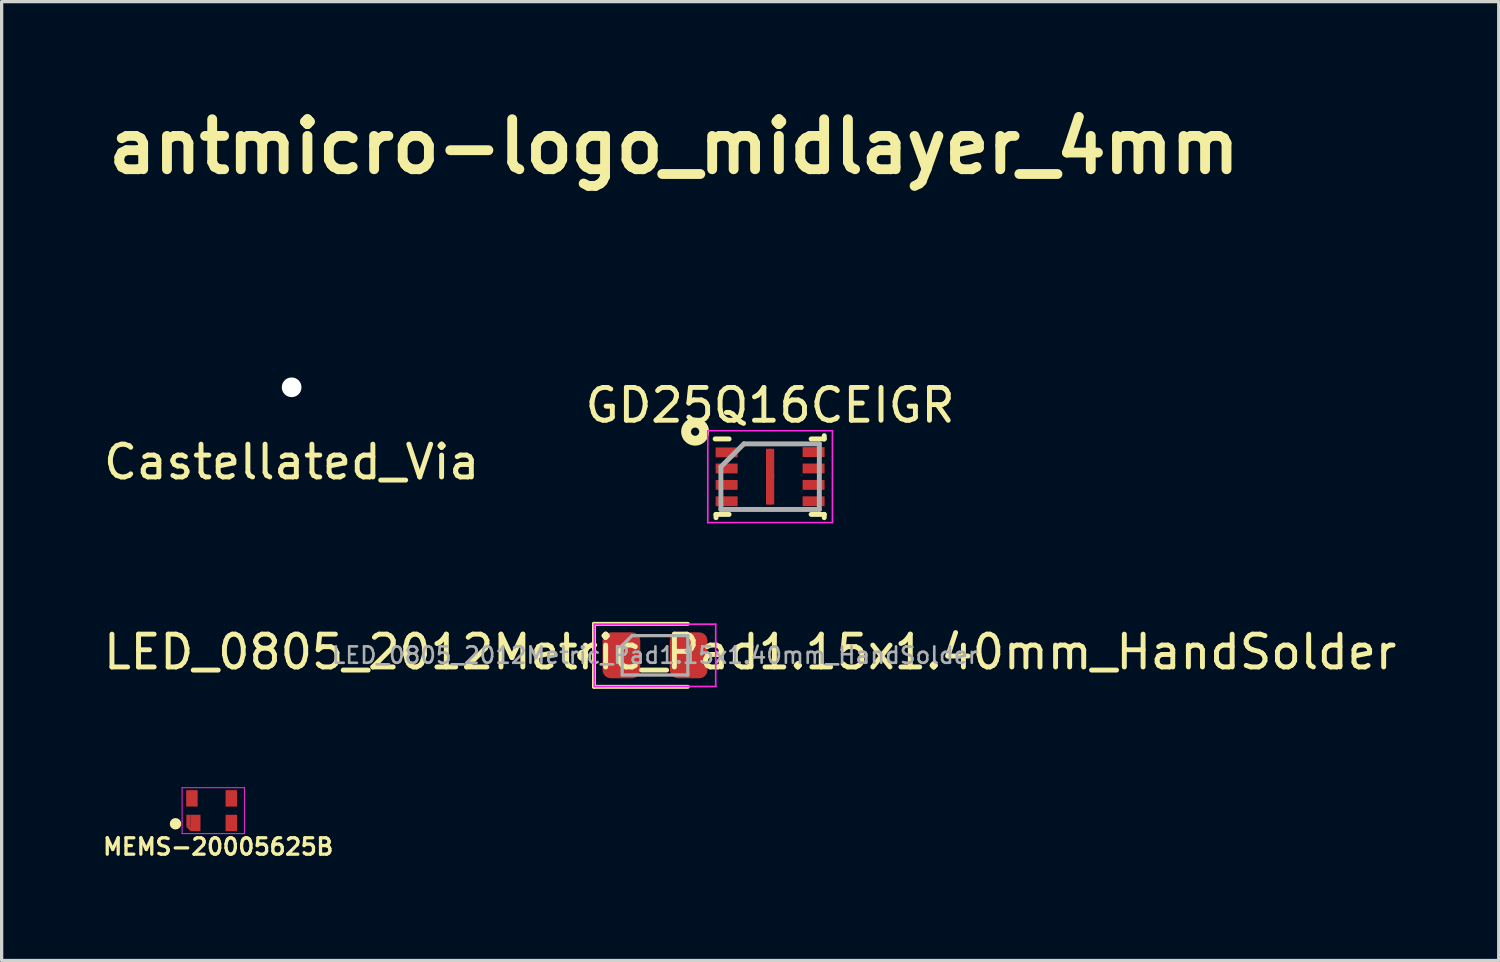
<source format=kicad_pcb>
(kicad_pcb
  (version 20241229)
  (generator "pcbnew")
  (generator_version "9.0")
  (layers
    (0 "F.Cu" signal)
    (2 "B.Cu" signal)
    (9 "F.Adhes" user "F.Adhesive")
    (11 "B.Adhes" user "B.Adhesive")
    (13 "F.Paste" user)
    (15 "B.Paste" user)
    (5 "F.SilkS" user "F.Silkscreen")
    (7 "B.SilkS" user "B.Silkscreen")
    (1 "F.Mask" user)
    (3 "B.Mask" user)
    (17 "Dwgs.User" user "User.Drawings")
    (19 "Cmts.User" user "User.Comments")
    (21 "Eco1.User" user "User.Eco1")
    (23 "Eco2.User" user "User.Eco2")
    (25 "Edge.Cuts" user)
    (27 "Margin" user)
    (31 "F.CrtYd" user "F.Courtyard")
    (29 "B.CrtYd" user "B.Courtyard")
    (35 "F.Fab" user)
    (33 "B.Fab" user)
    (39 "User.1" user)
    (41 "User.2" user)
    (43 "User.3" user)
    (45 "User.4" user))
  (footprint "Castellated_Via"
    (layer "F.Cu")
    (at 5.839 10.533)
    (property "Reference" "Castellated_Via" (at 0 0.5 0) (layer "F.SilkS") (effects (font (size 1 1) (thickness 0.15))))
    (attr through_hole)
    (pad "" np_thru_hole circle (at 0 -1.778) (size 0.6 0.6) (drill 0.6) (layers "*.Cu" "*.Mask")))
  (footprint "MEMS-20005625B"
    (layer "F.Cu")
    (at 3.4 21.659)
    (property "Reference" "MEMS-20005625B" (at 0.2 1.1 0) (layer "F.SilkS") (effects (font (size 0.5 0.5) (thickness 0.1))))
    (attr through_hole)
    (fp_circle (center -1.1 0.4) (end -1.1 0.3) (stroke (width 0.15) (type solid)) (fill no) (layer "F.SilkS"))
    (fp_line (start -0.9 -0.7) (end 1 -0.7) (stroke (width 0.03) (type solid)) (layer "F.CrtYd"))
    (fp_line (start -0.9 0.7) (end -0.9 -0.7) (stroke (width 0.03) (type solid)) (layer "F.CrtYd"))
    (fp_line (start 1 -0.7) (end 1 0.7) (stroke (width 0.03) (type solid)) (layer "F.CrtYd"))
    (fp_line (start 1 0.7) (end -0.9 0.7) (stroke (width 0.03) (type solid)) (layer "F.CrtYd"))
    (pad "" smd circle (at -1.1 0.4 180) (size 0.3 0.3) (layers "F.SilkS"))
    (pad "1" smd rect (at -0.705 0.31) (size 0.13 0.37) (layers "F.Cu" "F.Mask" "F.Paste"))
    (pad "1" smd trapezoid (at -0.641 0.56 180) (size 0.13 0.13) (rect_delta 0 0.129) (layers "F.Cu" "F.Mask" "F.Paste"))
    (pad "1" smd rect (at -0.49 0.375) (size 0.3 0.5) (layers "F.Cu" "F.Mask" "F.Paste"))
    (pad "2" smd rect (at 0.6 0.375) (size 0.35 0.5) (layers "F.Cu" "F.Mask" "F.Paste"))
    (pad "3" smd rect (at 0.6 -0.375) (size 0.35 0.5) (layers "F.Cu" "F.Mask" "F.Paste"))
    (pad "4" smd rect (at -0.6 -0.375) (size 0.35 0.5) (layers "F.Cu" "F.Mask" "F.Paste")))
  (footprint "LED_0805_2012Metric_Pad1.15x1.40mm_HandSolder"
    (layer "F.Cu")
    (at 16.915 16.924)
    (property "Reference" "LED_0805_2012Metric_Pad1.15x1.40mm_HandSolder" (at 2.9 -0.1 0) (layer "F.SilkS") (effects (font (size 1 1) (thickness 0.15))))
    (attr smd)
    (fp_line (start -1.86 -0.96) (end -1.86 0.96) (stroke (width 0.12) (type solid)) (layer "F.SilkS"))
    (fp_line (start -1.86 0.96) (end 1 0.96) (stroke (width 0.12) (type solid)) (layer "F.SilkS"))
    (fp_line (start 1 -0.96) (end -1.86 -0.96) (stroke (width 0.12) (type solid)) (layer "F.SilkS"))
    (fp_circle (center -2.2 0) (end -2.2 -0.1) (stroke (width 0.15) (type solid)) (fill no) (layer "F.SilkS"))
    (fp_line (start -1.85 -0.95) (end 1.85 -0.95) (stroke (width 0.05) (type solid)) (layer "F.CrtYd"))
    (fp_line (start -1.85 0.95) (end -1.85 -0.95) (stroke (width 0.05) (type solid)) (layer "F.CrtYd"))
    (fp_line (start 1.85 -0.95) (end 1.85 0.95) (stroke (width 0.05) (type solid)) (layer "F.CrtYd"))
    (fp_line (start 1.85 0.95) (end -1.85 0.95) (stroke (width 0.05) (type solid)) (layer "F.CrtYd"))
    (fp_line (start -1 -0.3) (end -1 0.6) (stroke (width 0.1) (type solid)) (layer "F.Fab"))
    (fp_line (start -1 0.6) (end 1 0.6) (stroke (width 0.1) (type solid)) (layer "F.Fab"))
    (fp_line (start -0.7 -0.6) (end -1 -0.3) (stroke (width 0.1) (type solid)) (layer "F.Fab"))
    (fp_line (start 1 -0.6) (end -0.7 -0.6) (stroke (width 0.1) (type solid)) (layer "F.Fab"))
    (fp_line (start 1 0.6) (end 1 -0.6) (stroke (width 0.1) (type solid)) (layer "F.Fab"))
    (fp_text user "${REFERENCE}" (at 0 0 0) (layer "F.Fab") (effects (font (size 0.5 0.5) (thickness 0.08))))
    (pad "1" smd roundrect (at -1.025 0) (size 1.15 1.4) (layers "F.Cu" "F.Mask" "F.Paste") (roundrect_rratio 0.217))
    (pad "2" smd roundrect (at 1.025 0) (size 1.15 1.4) (layers "F.Cu" "F.Mask" "F.Paste") (roundrect_rratio 0.217)))
  (footprint "GD25Q16CEIGR"
    (layer "F.Cu")
    (at 20.423 11.479)
    (property "Reference" "GD25Q16CEIGR" (at 0 -2.175 0) (layer "F.SilkS") (effects (font (size 1 1) (thickness 0.15))))
    (attr smd)
    (fp_line (start -1.65 1.15) (end -1.65 1.25) (stroke (width 0.15) (type solid)) (layer "F.SilkS"))
    (fp_line (start -1.25 -1.15) (end -1.675 -1.15) (stroke (width 0.15) (type solid)) (layer "F.SilkS"))
    (fp_line (start -1.25 1.15) (end -1.65 1.15) (stroke (width 0.15) (type solid)) (layer "F.SilkS"))
    (fp_line (start 1.25 -1.15) (end 1.65 -1.15) (stroke (width 0.15) (type solid)) (layer "F.SilkS"))
    (fp_line (start 1.25 1.15) (end 1.65 1.15) (stroke (width 0.15) (type solid)) (layer "F.SilkS"))
    (fp_line (start 1.65 -1.15) (end 1.65 -1.25) (stroke (width 0.15) (type solid)) (layer "F.SilkS"))
    (fp_line (start 1.65 1.15) (end 1.65 1.25) (stroke (width 0.15) (type solid)) (layer "F.SilkS"))
    (fp_circle (center -2.286 -1.371) (end -2.16 -1.371) (stroke (width 0.3) (type solid)) (fill no) (layer "F.SilkS"))
    (fp_line (start -1.9 -1.4) (end 1.9 -1.4) (stroke (width 0.05) (type solid)) (layer "F.CrtYd"))
    (fp_line (start -1.9 1.4) (end -1.9 -1.4) (stroke (width 0.05) (type solid)) (layer "F.CrtYd"))
    (fp_line (start 1.9 -1.4) (end 1.9 1.4) (stroke (width 0.05) (type solid)) (layer "F.CrtYd"))
    (fp_line (start 1.9 1.4) (end -1.9 1.4) (stroke (width 0.05) (type solid)) (layer "F.CrtYd"))
    (fp_line (start -1.5 -0.3) (end -1.5 1) (stroke (width 0.15) (type solid)) (layer "F.Fab"))
    (fp_line (start -1.5 1) (end 1.5 1) (stroke (width 0.15) (type solid)) (layer "F.Fab"))
    (fp_line (start -0.8 -1) (end -1.5 -0.3) (stroke (width 0.15) (type solid)) (layer "F.Fab"))
    (fp_line (start 1.5 -1) (end -0.8 -1) (stroke (width 0.15) (type solid)) (layer "F.Fab"))
    (fp_line (start 1.5 1) (end 1.5 -1) (stroke (width 0.15) (type solid)) (layer "F.Fab"))
    (pad "1" smd rect (at -1.325 -0.74 90) (size 0.3 0.67) (layers "F.Cu" "F.Mask" "F.Paste"))
    (pad "2" smd rect (at -1.325 -0.25 90) (size 0.3 0.67) (layers "F.Cu" "F.Mask" "F.Paste"))
    (pad "3" smd rect (at -1.325 0.25 90) (size 0.3 0.67) (layers "F.Cu" "F.Mask" "F.Paste"))
    (pad "4" smd rect (at -1.325 0.75 90) (size 0.3 0.67) (layers "F.Cu" "F.Mask" "F.Paste"))
    (pad "5" smd rect (at 1.325 0.75 90) (size 0.3 0.67) (layers "F.Cu" "F.Mask" "F.Paste"))
    (pad "6" smd rect (at 1.325 0.25 90) (size 0.3 0.67) (layers "F.Cu" "F.Mask" "F.Paste"))
    (pad "7" smd rect (at 1.325 -0.25 90) (size 0.3 0.67) (layers "F.Cu" "F.Mask" "F.Paste"))
    (pad "8" smd rect (at 1.325 -0.75 90) (size 0.3 0.67) (layers "F.Cu" "F.Mask" "F.Paste"))
    (pad "9" smd rect (at -0.05 -0.4) (size 0.15 0.9) (layers "F.Cu" "F.Mask" "F.Paste"))
    (pad "9" smd rect (at -0.05 0.4) (size 0.15 0.9) (layers "F.Cu" "F.Mask" "F.Paste"))
    (pad "9" smd rect (at 0.05 -0.4) (size 0.15 0.9) (layers "F.Cu" "F.Mask" "F.Paste"))
    (pad "9" smd rect (at 0.05 0.4) (size 0.15 0.9) (layers "F.Cu" "F.Mask" "F.Paste")))
  (footprint "antmicro-logo_midlayer_4mm"
    (layer "F.Cu")
    (at 16.887 3.514)
    (property "Reference" "antmicro-logo_midlayer_4mm" (at 0.61 -2.095 0) (layer "F.SilkS") (effects (font (size 1.524 1.524) (thickness 0.3))))
    (attr exclude_from_pos_files exclude_from_bom)
    (fp_line (start -0.281 0.074) (end 0.075 0.074) (stroke (width 0.1) (type solid)) (layer "In1.Cu"))
    (fp_line (start -0.116 -0.164) (end -0.243 -0.291) (stroke (width 0.1) (type solid)) (layer "In1.Cu"))
    (fp_line (start -0.116 -0.164) (end 0.113 -0.164) (stroke (width 0.1) (type solid)) (layer "In1.Cu"))
    (fp_line (start -0.116 0.293) (end -0.243 0.42) (stroke (width 0.1) (type solid)) (layer "In1.Cu"))
    (fp_line (start -0.116 0.293) (end 0.113 0.293) (stroke (width 0.1) (type solid)) (layer "In1.Cu"))
    (fp_line (start 0.113 -0.415) (end 0.113 0.572) (stroke (width 0.1) (type solid)) (layer "In1.Cu"))
    (fp_line (start 0.341 -0.164) (end 0.113 -0.164) (stroke (width 0.1) (type solid)) (layer "In1.Cu"))
    (fp_line (start 0.341 -0.164) (end 0.468 -0.291) (stroke (width 0.1) (type solid)) (layer "In1.Cu"))
    (fp_line (start 0.341 0.293) (end 0.113 0.293) (stroke (width 0.1) (type solid)) (layer "In1.Cu"))
    (fp_line (start 0.341 0.293) (end 0.468 0.42) (stroke (width 0.1) (type solid)) (layer "In1.Cu"))
    (fp_line (start 0.506 0.077) (end 0.151 0.077) (stroke (width 0.1) (type solid)) (layer "In1.Cu"))
    (fp_circle (center -0.37 0.074) (end -0.281 0.074) (stroke (width 0.1) (type solid)) (fill no) (layer "In1.Cu"))
    (fp_circle (center -0.306 -0.367) (end -0.217 -0.367) (stroke (width 0.1) (type solid)) (fill no) (layer "In1.Cu"))
    (fp_circle (center -0.306 0.496) (end -0.217 0.496) (stroke (width 0.1) (type solid)) (fill no) (layer "In1.Cu"))
    (fp_circle (center 0.113 -0.532) (end 0.23 -0.532) (stroke (width 0.1) (type solid)) (fill no) (layer "In1.Cu"))
    (fp_circle (center 0.113 0.684) (end 0.23 0.684) (stroke (width 0.1) (type solid)) (fill no) (layer "In1.Cu"))
    (fp_circle (center 0.532 -0.367) (end 0.621 -0.367) (stroke (width 0.1) (type solid)) (fill no) (layer "In1.Cu"))
    (fp_circle (center 0.532 0.496) (end 0.621 0.496) (stroke (width 0.1) (type solid)) (fill no) (layer "In1.Cu"))
    (fp_circle (center 0.595 0.077) (end 0.684 0.077) (stroke (width 0.1) (type solid)) (fill no) (layer "In1.Cu"))
    (fp_poly (pts (xy 0.166 -1.829) (xy 0.251 -1.792) (xy 0.362 -1.736) (xy 0.487 -1.668) (xy 0.507 -1.657) (xy 0.649 -1.575) (xy 0.823 -1.475) (xy 1.008 -1.369) (xy 1.188 -1.267) (xy 1.253 -1.23) (xy 1.396 -1.147) (xy 1.524 -1.07) (xy 1.629 -1.004) (xy 1.7 -0.955) (xy 1.726 -0.933) (xy 1.739 -0.913) (xy 1.75 -0.885) (xy 1.759 -0.842) (xy 1.765 -0.778) (xy 1.77 -0.686) (xy 1.772 -0.562) (xy 1.774 -0.4) (xy 1.775 -0.192) (xy 1.775 0.045) (xy 1.775 0.306) (xy 1.773 0.516) (xy 1.771 0.681) (xy 1.767 0.807) (xy 1.762 0.899) (xy 1.754 0.962) (xy 1.745 1.003) (xy 1.734 1.025) (xy 1.697 1.057) (xy 1.62 1.111) (xy 1.51 1.181) (xy 1.375 1.263) (xy 1.225 1.351) (xy 1.214 1.357) (xy 1.043 1.454) (xy 0.868 1.555) (xy 0.703 1.65) (xy 0.561 1.733) (xy 0.474 1.784) (xy 0.333 1.863) (xy 0.227 1.912) (xy 0.147 1.934) (xy 0.112 1.937) (xy 0.068 1.929) (xy 0.003 1.904) (xy -0.088 1.861) (xy -0.21 1.797) (xy -0.368 1.71) (xy -0.565 1.596) (xy -0.708 1.512) (xy -0.893 1.403) (xy -1.064 1.301) (xy -1.215 1.209) (xy -1.338 1.133) (xy -1.428 1.076) (xy -1.476 1.041) (xy -1.482 1.037) (xy -1.496 1.02) (xy -1.508 0.996) (xy -1.517 0.96) (xy -1.524 0.905) (xy -1.528 0.826) (xy -1.532 0.717) (xy -1.534 0.571) (xy -1.534 0.384) (xy -1.535 0.148) (xy -1.535 0.045) (xy -0.934 0.045) (xy -0.933 0.222) (xy -0.93 0.381) (xy -0.925 0.512) (xy -0.92 0.607) (xy -0.913 0.656) (xy -0.912 0.66) (xy -0.881 0.685) (xy -0.81 0.733) (xy -0.708 0.797) (xy -0.585 0.872) (xy -0.449 0.953) (xy -0.31 1.034) (xy -0.177 1.111) (xy -0.06 1.176) (xy 0.033 1.226) (xy 0.092 1.255) (xy 0.107 1.259) (xy 0.142 1.246) (xy 0.218 1.209) (xy 0.327 1.151) (xy 0.46 1.078) (xy 0.609 0.993) (xy 0.636 0.977) (xy 0.788 0.887) (xy 0.923 0.804) (xy 1.034 0.732) (xy 1.113 0.677) (xy 1.153 0.643) (xy 1.155 0.64) (xy 1.163 0.597) (xy 1.17 0.509) (xy 1.175 0.386) (xy 1.179 0.24) (xy 1.182 0.081) (xy 1.183 -0.08) (xy 1.182 -0.232) (xy 1.179 -0.363) (xy 1.174 -0.463) (xy 1.167 -0.522) (xy 1.166 -0.528) (xy 1.136 -0.556) (xy 1.066 -0.607) (xy 0.964 -0.673) (xy 0.839 -0.749) (xy 0.702 -0.831) (xy 0.56 -0.913) (xy 0.424 -0.989) (xy 0.302 -1.055) (xy 0.203 -1.104) (xy 0.137 -1.133) (xy 0.117 -1.137) (xy 0.077 -1.124) (xy -0.002 -1.086) (xy -0.111 -1.031) (xy -0.239 -0.962) (xy -0.377 -0.886) (xy -0.516 -0.807) (xy -0.647 -0.732) (xy -0.758 -0.664) (xy -0.842 -0.61) (xy -0.885 -0.579) (xy -0.902 -0.559) (xy -0.914 -0.528) (xy -0.923 -0.479) (xy -0.929 -0.402) (xy -0.932 -0.292) (xy -0.933 -0.14) (xy -0.934 0.045) (xy -1.535 0.045) (xy -1.535 0.044) (xy -1.534 -0.895) (xy -1.467 -0.948) (xy -1.41 -0.988) (xy -1.315 -1.048) (xy -1.19 -1.124) (xy -1.042 -1.211) (xy -0.878 -1.306) (xy -0.705 -1.405) (xy -0.531 -1.503) (xy -0.364 -1.596) (xy -0.21 -1.68) (xy -0.078 -1.751) (xy 0.026 -1.804) (xy 0.094 -1.836) (xy 0.117 -1.843) (xy 0.166 -1.829)) (stroke (width 0.01) (type solid)) (fill yes) (layer "In1.Cu")))
  (gr_rect
    (start -3 -3)
    (end 42.631 26.227)
    (stroke (width 0.1) (type default))
    (fill no)
    (layer "Edge.Cuts")))
</source>
